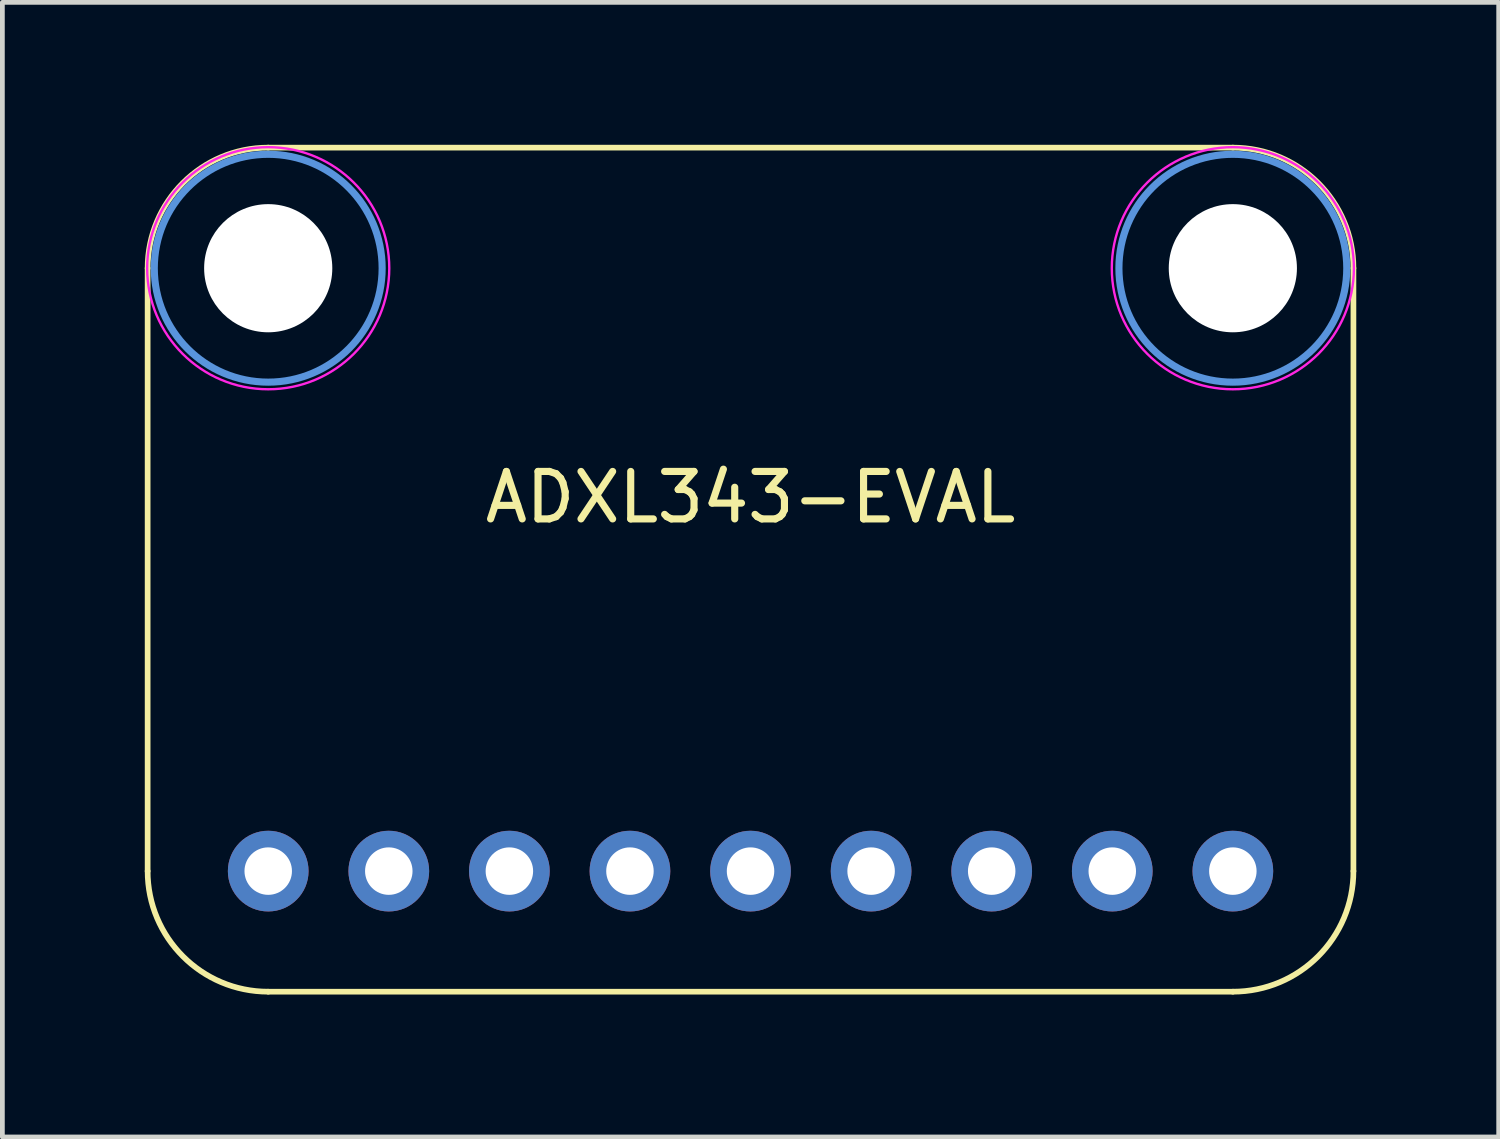
<source format=kicad_pcb>
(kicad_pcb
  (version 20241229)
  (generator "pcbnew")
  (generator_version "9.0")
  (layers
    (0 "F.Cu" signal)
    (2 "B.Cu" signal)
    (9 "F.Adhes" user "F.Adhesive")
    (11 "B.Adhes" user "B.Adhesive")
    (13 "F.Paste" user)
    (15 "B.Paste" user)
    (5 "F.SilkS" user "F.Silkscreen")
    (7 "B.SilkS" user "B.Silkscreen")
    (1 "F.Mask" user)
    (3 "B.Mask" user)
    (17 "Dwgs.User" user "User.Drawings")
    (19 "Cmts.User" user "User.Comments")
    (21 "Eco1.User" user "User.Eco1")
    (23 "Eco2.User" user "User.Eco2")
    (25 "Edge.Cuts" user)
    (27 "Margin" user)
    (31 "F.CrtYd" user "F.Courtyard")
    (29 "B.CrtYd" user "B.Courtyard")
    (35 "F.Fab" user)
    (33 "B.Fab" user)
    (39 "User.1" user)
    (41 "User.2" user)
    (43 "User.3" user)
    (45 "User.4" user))
  (footprint "ADXL343-EVAL"
    (layer "F.Cu")
    (at 12.76 8.95)
    (property "Reference" "ADXL343-EVAL" (at 0 -1.524 0) (layer "F.SilkS") (effects (font (size 1 1) (thickness 0.15))))
    (attr through_hole)
    (fp_line (start -12.7 -6.35) (end -12.7 6.35) (stroke (width 0.12) (type solid)) (layer "F.SilkS"))
    (fp_line (start -10.16 -8.89) (end 10.16 -8.89) (stroke (width 0.12) (type solid)) (layer "F.SilkS"))
    (fp_line (start 10.16 8.89) (end -10.16 8.89) (stroke (width 0.12) (type solid)) (layer "F.SilkS"))
    (fp_line (start 12.7 -6.35) (end 12.7 6.35) (stroke (width 0.12) (type solid)) (layer "F.SilkS"))
    (fp_arc (start -12.7 -6.35) (mid -11.956051 -8.146051) (end -10.16 -8.89) (stroke (width 0.12) (type solid)) (layer "F.SilkS"))
    (fp_arc (start -10.16 8.89) (mid -11.956051 8.146051) (end -12.7 6.35) (stroke (width 0.12) (type solid)) (layer "F.SilkS"))
    (fp_arc (start 10.16 -8.89) (mid 11.956051 -8.146051) (end 12.7 -6.35) (stroke (width 0.12) (type solid)) (layer "F.SilkS"))
    (fp_arc (start 12.7 6.35) (mid 11.956051 8.146051) (end 10.16 8.89) (stroke (width 0.12) (type solid)) (layer "F.SilkS"))
    (fp_circle (center -10.16 -6.35) (end -7.76 -6.35) (stroke (width 0.15) (type solid)) (fill no) (layer "Cmts.User"))
    (fp_circle (center 10.16 -6.35) (end 12.56 -6.35) (stroke (width 0.15) (type solid)) (fill no) (layer "Cmts.User"))
    (fp_circle (center -10.16 -6.35) (end -7.61 -6.35) (stroke (width 0.05) (type solid)) (fill no) (layer "F.CrtYd"))
    (fp_circle (center 10.16 -6.35) (end 12.71 -6.35) (stroke (width 0.05) (type solid)) (fill no) (layer "F.CrtYd"))
    (pad "" np_thru_hole circle (at -10.16 -6.35) (size 2.7 2.7) (drill 2.7) (layers "*.Cu" "*.Mask"))
    (pad "" np_thru_hole circle (at 10.16 -6.35) (size 2.7 2.7) (drill 2.7) (layers "*.Cu" "*.Mask"))
    (pad "1" thru_hole circle (at -10.16 6.35 90) (size 1.7 1.7) (drill 1) (layers "*.Cu" "*.Mask"))
    (pad "2" thru_hole oval (at -7.62 6.35 90) (size 1.7 1.7) (drill 1) (layers "*.Cu" "*.Mask"))
    (pad "3" thru_hole oval (at -5.08 6.35 90) (size 1.7 1.7) (drill 1) (layers "*.Cu" "*.Mask"))
    (pad "4" thru_hole oval (at -2.54 6.35 90) (size 1.7 1.7) (drill 1) (layers "*.Cu" "*.Mask"))
    (pad "5" thru_hole oval (at 0 6.35 90) (size 1.7 1.7) (drill 1) (layers "*.Cu" "*.Mask"))
    (pad "6" thru_hole oval (at 2.54 6.35 90) (size 1.7 1.7) (drill 1) (layers "*.Cu" "*.Mask"))
    (pad "7" thru_hole oval (at 5.08 6.35 90) (size 1.7 1.7) (drill 1) (layers "*.Cu" "*.Mask"))
    (pad "8" thru_hole oval (at 7.62 6.35 90) (size 1.7 1.7) (drill 1) (layers "*.Cu" "*.Mask"))
    (pad "9" thru_hole oval (at 10.16 6.35 90) (size 1.7 1.7) (drill 1) (layers "*.Cu" "*.Mask")))
  (gr_rect
    (start -3 -3)
    (end 28.52 20.9)
    (stroke (width 0.1) (type default))
    (fill no)
    (layer "Edge.Cuts")))
</source>
